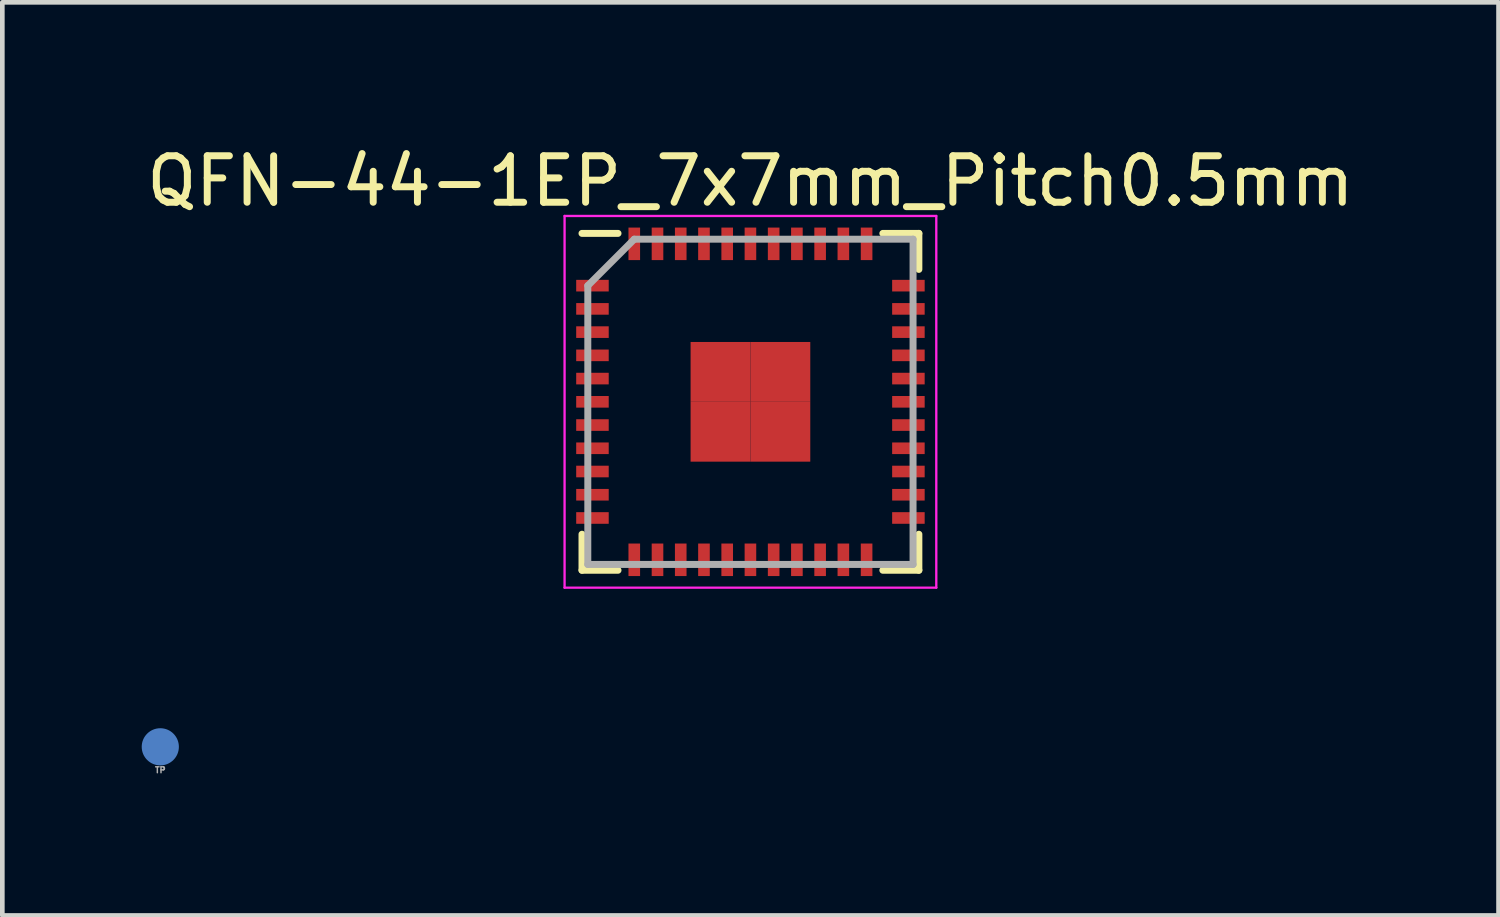
<source format=kicad_pcb>
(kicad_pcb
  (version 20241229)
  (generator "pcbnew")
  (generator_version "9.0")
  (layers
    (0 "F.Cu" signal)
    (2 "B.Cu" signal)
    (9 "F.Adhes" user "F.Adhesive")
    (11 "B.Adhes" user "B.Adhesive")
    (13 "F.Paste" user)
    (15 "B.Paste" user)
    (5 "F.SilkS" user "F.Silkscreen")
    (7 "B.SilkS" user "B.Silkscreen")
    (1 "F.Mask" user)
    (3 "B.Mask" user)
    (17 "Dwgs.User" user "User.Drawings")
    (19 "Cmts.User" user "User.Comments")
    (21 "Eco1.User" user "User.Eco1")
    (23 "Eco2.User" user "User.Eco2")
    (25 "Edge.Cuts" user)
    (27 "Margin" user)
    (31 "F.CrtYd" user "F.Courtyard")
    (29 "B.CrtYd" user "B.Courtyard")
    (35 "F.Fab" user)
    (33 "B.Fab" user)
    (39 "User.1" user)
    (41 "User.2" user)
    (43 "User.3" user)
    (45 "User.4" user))
  (footprint "QFN-44-1EP_7x7mm_Pitch0.5mm"
    (layer "F.Cu")
    (at 13.101 5.598)
    (property "Reference" "QFN-44-1EP_7x7mm_Pitch0.5mm" (at 0 -4.75 0) (layer "F.SilkS") (effects (font (size 1 1) (thickness 0.15))))
    (attr smd)
    (fp_line (start -3.625 -3.625) (end -2.85 -3.625) (stroke (width 0.15) (type solid)) (layer "F.SilkS"))
    (fp_line (start -3.625 3.625) (end -3.625 2.85) (stroke (width 0.15) (type solid)) (layer "F.SilkS"))
    (fp_line (start -3.625 3.625) (end -2.85 3.625) (stroke (width 0.15) (type solid)) (layer "F.SilkS"))
    (fp_line (start 3.625 -3.625) (end 2.85 -3.625) (stroke (width 0.15) (type solid)) (layer "F.SilkS"))
    (fp_line (start 3.625 -3.625) (end 3.625 -2.85) (stroke (width 0.15) (type solid)) (layer "F.SilkS"))
    (fp_line (start 3.625 3.625) (end 2.85 3.625) (stroke (width 0.15) (type solid)) (layer "F.SilkS"))
    (fp_line (start 3.625 3.625) (end 3.625 2.85) (stroke (width 0.15) (type solid)) (layer "F.SilkS"))
    (fp_line (start -4 -4) (end -4 4) (stroke (width 0.05) (type solid)) (layer "F.CrtYd"))
    (fp_line (start -4 -4) (end 4 -4) (stroke (width 0.05) (type solid)) (layer "F.CrtYd"))
    (fp_line (start -4 4) (end 4 4) (stroke (width 0.05) (type solid)) (layer "F.CrtYd"))
    (fp_line (start 4 -4) (end 4 4) (stroke (width 0.05) (type solid)) (layer "F.CrtYd"))
    (fp_line (start -3.5 -2.5) (end -2.5 -3.5) (stroke (width 0.15) (type solid)) (layer "F.Fab"))
    (fp_line (start -3.5 3.5) (end -3.5 -2.5) (stroke (width 0.15) (type solid)) (layer "F.Fab"))
    (fp_line (start -2.5 -3.5) (end 3.5 -3.5) (stroke (width 0.15) (type solid)) (layer "F.Fab"))
    (fp_line (start 3.5 -3.5) (end 3.5 3.5) (stroke (width 0.15) (type solid)) (layer "F.Fab"))
    (fp_line (start 3.5 3.5) (end -3.5 3.5) (stroke (width 0.15) (type solid)) (layer "F.Fab"))
    (pad "1" smd rect (at -3.4 -2.5) (size 0.7 0.25) (layers "F.Cu" "F.Mask" "F.Paste"))
    (pad "2" smd rect (at -3.4 -2) (size 0.7 0.25) (layers "F.Cu" "F.Mask" "F.Paste"))
    (pad "3" smd rect (at -3.4 -1.5) (size 0.7 0.25) (layers "F.Cu" "F.Mask" "F.Paste"))
    (pad "4" smd rect (at -3.4 -1) (size 0.7 0.25) (layers "F.Cu" "F.Mask" "F.Paste"))
    (pad "5" smd rect (at -3.4 -0.5) (size 0.7 0.25) (layers "F.Cu" "F.Mask" "F.Paste"))
    (pad "6" smd rect (at -3.4 0) (size 0.7 0.25) (layers "F.Cu" "F.Mask" "F.Paste"))
    (pad "7" smd rect (at -3.4 0.5) (size 0.7 0.25) (layers "F.Cu" "F.Mask" "F.Paste"))
    (pad "8" smd rect (at -3.4 1) (size 0.7 0.25) (layers "F.Cu" "F.Mask" "F.Paste"))
    (pad "9" smd rect (at -3.4 1.5) (size 0.7 0.25) (layers "F.Cu" "F.Mask" "F.Paste"))
    (pad "10" smd rect (at -3.4 2) (size 0.7 0.25) (layers "F.Cu" "F.Mask" "F.Paste"))
    (pad "11" smd rect (at -3.4 2.5) (size 0.7 0.25) (layers "F.Cu" "F.Mask" "F.Paste"))
    (pad "12" smd rect (at -2.5 3.4 90) (size 0.7 0.25) (layers "F.Cu" "F.Mask" "F.Paste"))
    (pad "13" smd rect (at -2 3.4 90) (size 0.7 0.25) (layers "F.Cu" "F.Mask" "F.Paste"))
    (pad "14" smd rect (at -1.5 3.4 90) (size 0.7 0.25) (layers "F.Cu" "F.Mask" "F.Paste"))
    (pad "15" smd rect (at -1 3.4 90) (size 0.7 0.25) (layers "F.Cu" "F.Mask" "F.Paste"))
    (pad "16" smd rect (at -0.5 3.4 90) (size 0.7 0.25) (layers "F.Cu" "F.Mask" "F.Paste"))
    (pad "17" smd rect (at 0 3.4 90) (size 0.7 0.25) (layers "F.Cu" "F.Mask" "F.Paste"))
    (pad "18" smd rect (at 0.5 3.4 90) (size 0.7 0.25) (layers "F.Cu" "F.Mask" "F.Paste"))
    (pad "19" smd rect (at 1 3.4 90) (size 0.7 0.25) (layers "F.Cu" "F.Mask" "F.Paste"))
    (pad "20" smd rect (at 1.5 3.4 90) (size 0.7 0.25) (layers "F.Cu" "F.Mask" "F.Paste"))
    (pad "21" smd rect (at 2 3.4 90) (size 0.7 0.25) (layers "F.Cu" "F.Mask" "F.Paste"))
    (pad "22" smd rect (at 2.5 3.4 90) (size 0.7 0.25) (layers "F.Cu" "F.Mask" "F.Paste"))
    (pad "23" smd rect (at 3.4 2.5) (size 0.7 0.25) (layers "F.Cu" "F.Mask" "F.Paste"))
    (pad "24" smd rect (at 3.4 2) (size 0.7 0.25) (layers "F.Cu" "F.Mask" "F.Paste"))
    (pad "25" smd rect (at 3.4 1.5) (size 0.7 0.25) (layers "F.Cu" "F.Mask" "F.Paste"))
    (pad "26" smd rect (at 3.4 1) (size 0.7 0.25) (layers "F.Cu" "F.Mask" "F.Paste"))
    (pad "27" smd rect (at 3.4 0.5) (size 0.7 0.25) (layers "F.Cu" "F.Mask" "F.Paste"))
    (pad "28" smd rect (at 3.4 0) (size 0.7 0.25) (layers "F.Cu" "F.Mask" "F.Paste"))
    (pad "29" smd rect (at 3.4 -0.5) (size 0.7 0.25) (layers "F.Cu" "F.Mask" "F.Paste"))
    (pad "30" smd rect (at 3.4 -1) (size 0.7 0.25) (layers "F.Cu" "F.Mask" "F.Paste"))
    (pad "31" smd rect (at 3.4 -1.5) (size 0.7 0.25) (layers "F.Cu" "F.Mask" "F.Paste"))
    (pad "32" smd rect (at 3.4 -2) (size 0.7 0.25) (layers "F.Cu" "F.Mask" "F.Paste"))
    (pad "33" smd rect (at 3.4 -2.5) (size 0.7 0.25) (layers "F.Cu" "F.Mask" "F.Paste"))
    (pad "34" smd rect (at 2.5 -3.4 90) (size 0.7 0.25) (layers "F.Cu" "F.Mask" "F.Paste"))
    (pad "35" smd rect (at 2 -3.4 90) (size 0.7 0.25) (layers "F.Cu" "F.Mask" "F.Paste"))
    (pad "36" smd rect (at 1.5 -3.4 90) (size 0.7 0.25) (layers "F.Cu" "F.Mask" "F.Paste"))
    (pad "37" smd rect (at 1 -3.4 90) (size 0.7 0.25) (layers "F.Cu" "F.Mask" "F.Paste"))
    (pad "38" smd rect (at 0.5 -3.4 90) (size 0.7 0.25) (layers "F.Cu" "F.Mask" "F.Paste"))
    (pad "39" smd rect (at 0 -3.4 90) (size 0.7 0.25) (layers "F.Cu" "F.Mask" "F.Paste"))
    (pad "40" smd rect (at -0.5 -3.4 90) (size 0.7 0.25) (layers "F.Cu" "F.Mask" "F.Paste"))
    (pad "41" smd rect (at -1 -3.4 90) (size 0.7 0.25) (layers "F.Cu" "F.Mask" "F.Paste"))
    (pad "42" smd rect (at -1.5 -3.4 90) (size 0.7 0.25) (layers "F.Cu" "F.Mask" "F.Paste"))
    (pad "43" smd rect (at -2 -3.4 90) (size 0.7 0.25) (layers "F.Cu" "F.Mask" "F.Paste"))
    (pad "44" smd rect (at -2.5 -3.4 90) (size 0.7 0.25) (layers "F.Cu" "F.Mask" "F.Paste"))
    (pad "45" smd rect (at -0.644 -0.644) (size 1.288 1.288) (layers "F.Cu" "F.Mask" "F.Paste"))
    (pad "45" smd rect (at -0.644 0.644) (size 1.288 1.288) (layers "F.Cu" "F.Mask" "F.Paste"))
    (pad "45" smd rect (at 0.644 -0.644) (size 1.288 1.288) (layers "F.Cu" "F.Mask" "F.Paste"))
    (pad "45" smd rect (at 0.644 0.644) (size 1.288 1.288) (layers "F.Cu" "F.Mask" "F.Paste")))
  (footprint "TP"
    (layer "F.Cu")
    (at 0.4 13.023)
    (property "Reference" "TP" (at 0 0.5 0) (layer "F.Fab") (effects (font (size 0.127 0.127) (thickness 0.032))))
    (attr through_hole)
    (pad "1" smd circle (at 0 0) (size 0.8 0.8) (layers "F.Mask" "B.Cu")))
  (gr_rect
    (start -3 -3)
    (end 29.202 16.653)
    (stroke (width 0.1) (type default))
    (fill no)
    (layer "Edge.Cuts")))
</source>
